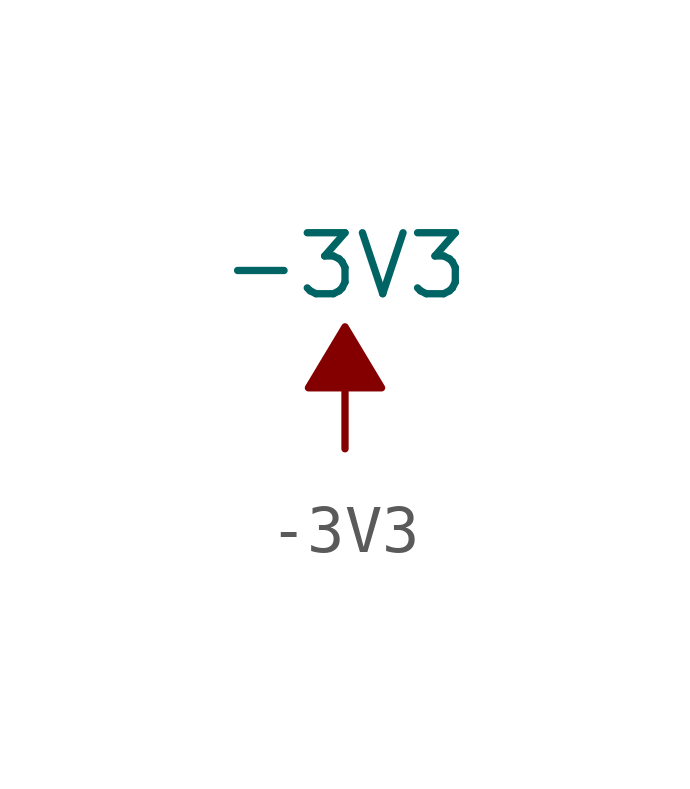
<source format=kicad_sym>
(kicad_symbol_lib
  (version 20211014)
  (generator kicad_symbol_editor)
  (symbol "-3V3"
    (power)
    (pin_names
      (offset 0))
    (property "Reference" "#PWR"
      (at 0 2.54 0)
      (effects (font (size 1.27 1.27)) hide))
    (property "Value" "-3V3"
      (at 0 3.81 0)
      (effects (font (size 1.27 1.27))))
    (symbol "-3V3_0_0"
      (pin power_in line (at 0 0 90) (length 0) hide (name "-3V3" (effects (font (size 1.27 1.27)))) (number "1" (effects (font (size 1.27 1.27))))))
    (symbol "-3V3_0_1"
      (polyline (pts (xy 0 0) (xy 0 1.27) (xy 0.762 1.27) (xy 0 2.54) (xy -0.762 1.27) (xy 0 1.27)) (stroke (width 0) (type default) (color 0 0 0 0)) (fill (type outline))))))
</source>
